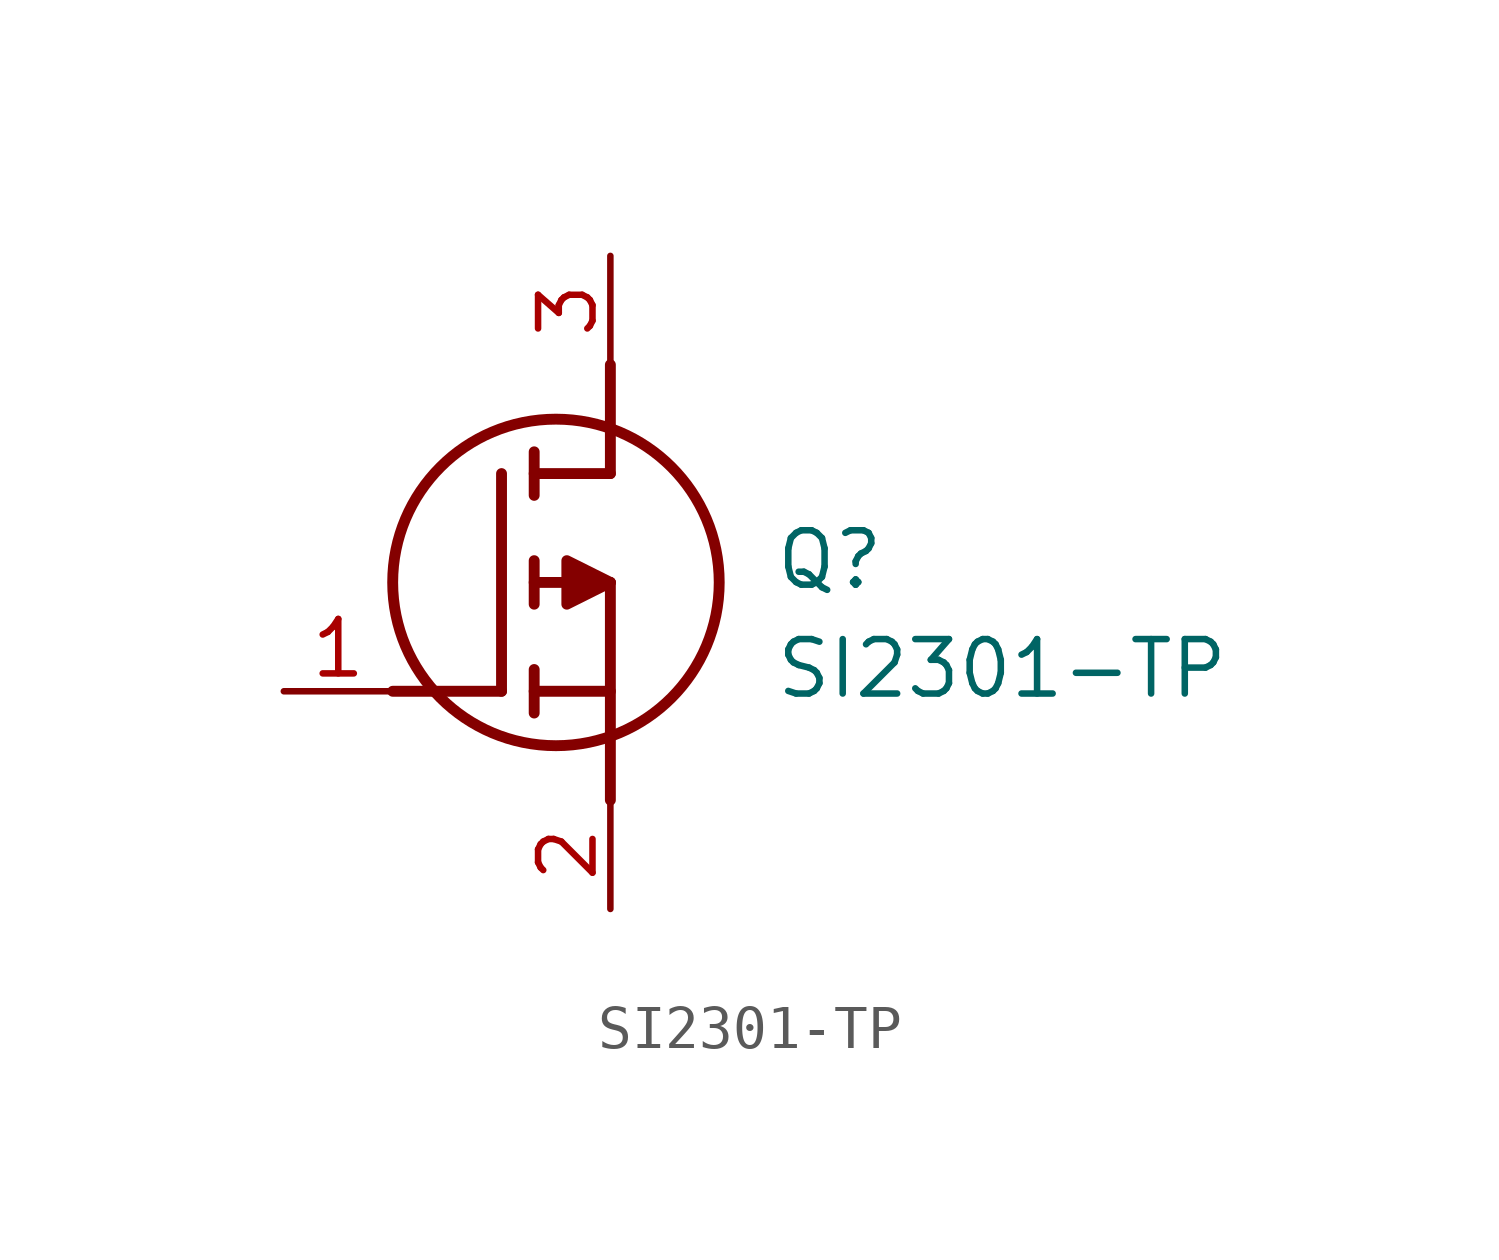
<source format=kicad_sym>
(kicad_symbol_lib
  (version 20211014)
  (generator SamacSys_ECAD_Model)
  (symbol "SI2301-TP"
    (pin_names hide)
    (property "Reference" "Q"
      (at 11.43 3.81 0)
      (effects (font (size 1.27 1.27)) (justify left top)))
    (property "Value" "SI2301-TP"
      (at 11.43 1.27 0)
      (effects (font (size 1.27 1.27)) (justify left top)))
    (polyline
      (pts (xy 7.62 2.54) (xy 7.62 -2.54))
      (stroke (width 0.254) (type default))
      (fill (type none)))
    (polyline
      (pts (xy 7.62 5.08) (xy 7.62 7.62))
      (stroke (width 0.254) (type default))
      (fill (type none)))
    (polyline
      (pts (xy 2.54 0) (xy 5.08 0))
      (stroke (width 0.254) (type default))
      (fill (type none)))
    (polyline
      (pts (xy 5.08 5.08) (xy 5.08 0))
      (stroke (width 0.254) (type default))
      (fill (type none)))
    (polyline
      (pts (xy 7.62 2.54) (xy 5.842 2.54))
      (stroke (width 0.254) (type default))
      (fill (type none)))
    (polyline
      (pts (xy 7.62 5.08) (xy 5.842 5.08))
      (stroke (width 0.254) (type default))
      (fill (type none)))
    (polyline
      (pts (xy 5.842 0) (xy 7.62 0))
      (stroke (width 0.254) (type default))
      (fill (type none)))
    (polyline
      (pts (xy 5.842 5.588) (xy 5.842 4.572))
      (stroke (width 0.254) (type default))
      (fill (type none)))
    (polyline
      (pts (xy 5.842 -0.508) (xy 5.842 0.508))
      (stroke (width 0.254) (type default))
      (fill (type none)))
    (polyline
      (pts (xy 5.842 2.032) (xy 5.842 3.048))
      (stroke (width 0.254) (type default))
      (fill (type none)))
    (circle
      (center 6.35 2.54)
      (radius 3.81)
      (stroke (width 0.254) (type default))
      (fill (type none)))
    (polyline
      (pts (xy 7.62 2.54) (xy 6.604 3.048) (xy 6.604 2.032) (xy 7.62 2.54))
      (stroke (width 0.254) (type default))
      (fill (type outline)))
    (pin passive line
      (at 0 0 0)
      (length 2.54)
      (name "G" (effects (font (size 1.27 1.27))))
      (number "1" (effects (font (size 1.27 1.27)))))
    (pin passive line
      (at 7.62 10.16 270)
      (length 2.54)
      (name "D" (effects (font (size 1.27 1.27))))
      (number "3" (effects (font (size 1.27 1.27)))))
    (pin passive line
      (at 7.62 -5.08 90)
      (length 2.54)
      (name "S" (effects (font (size 1.27 1.27))))
      (number "2" (effects (font (size 1.27 1.27)))))))
</source>
